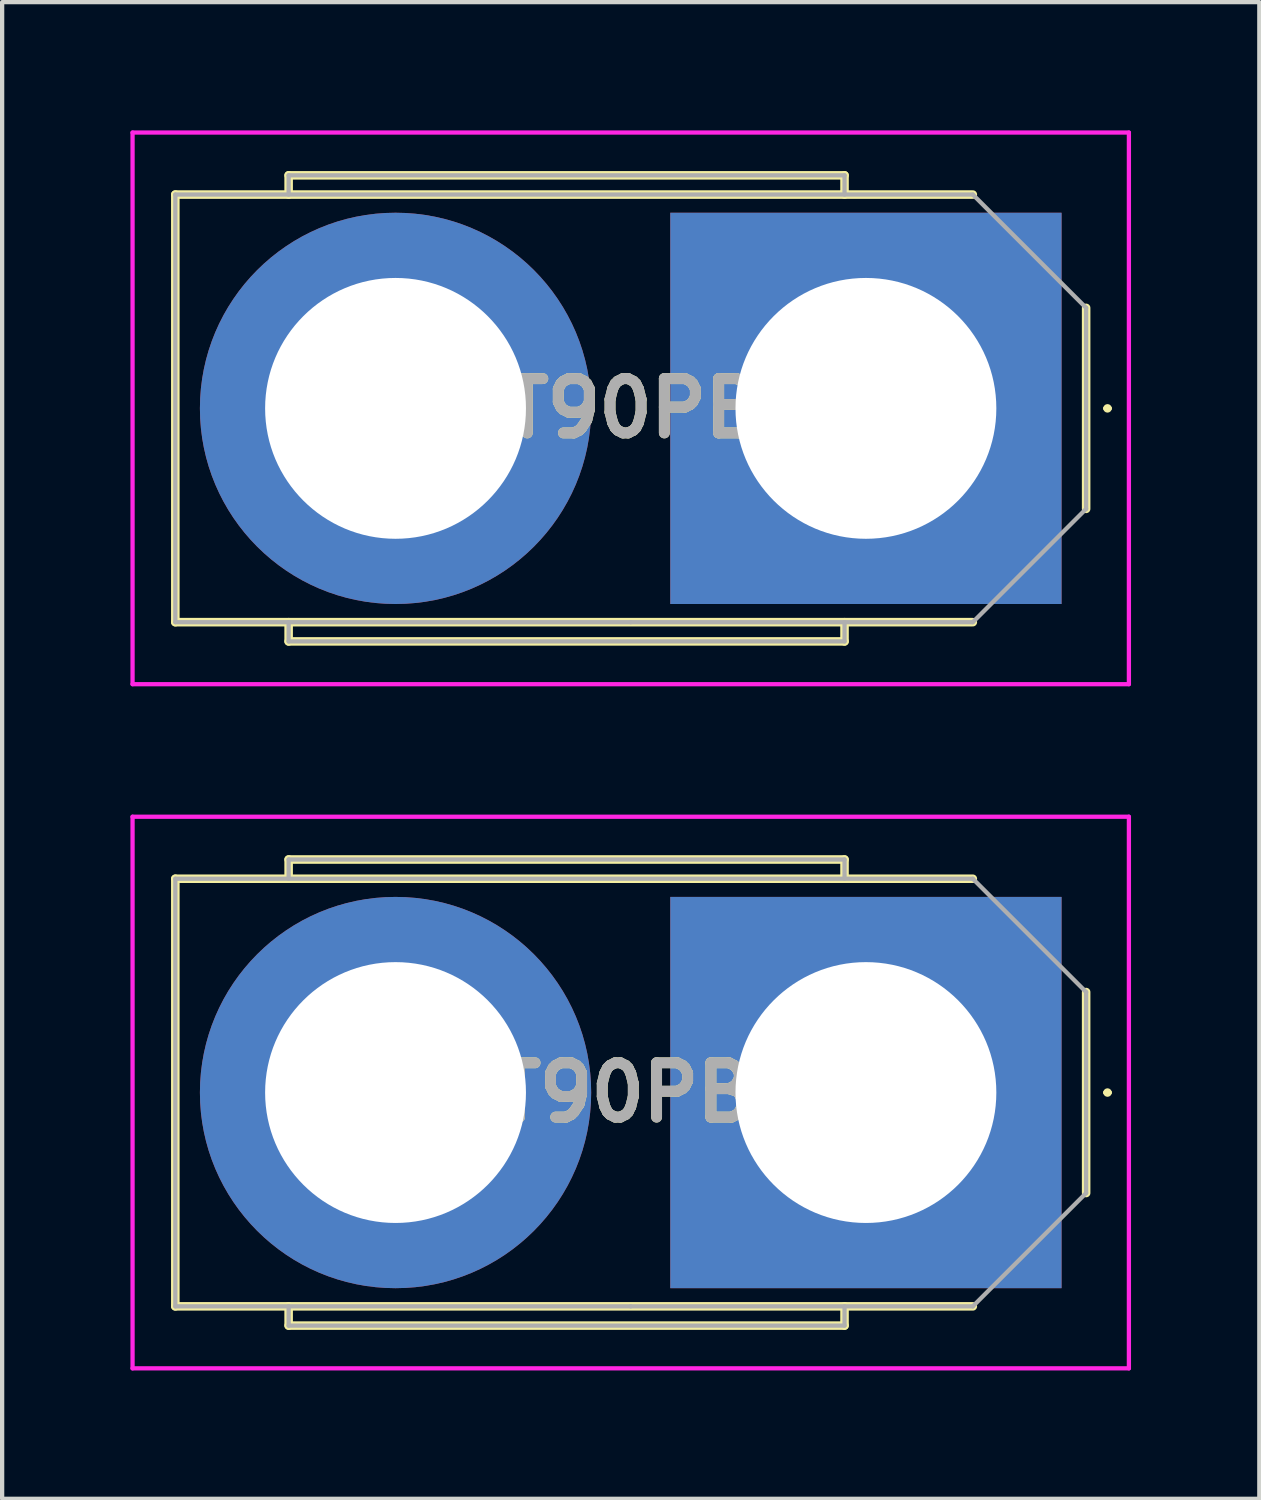
<source format=kicad_pcb>
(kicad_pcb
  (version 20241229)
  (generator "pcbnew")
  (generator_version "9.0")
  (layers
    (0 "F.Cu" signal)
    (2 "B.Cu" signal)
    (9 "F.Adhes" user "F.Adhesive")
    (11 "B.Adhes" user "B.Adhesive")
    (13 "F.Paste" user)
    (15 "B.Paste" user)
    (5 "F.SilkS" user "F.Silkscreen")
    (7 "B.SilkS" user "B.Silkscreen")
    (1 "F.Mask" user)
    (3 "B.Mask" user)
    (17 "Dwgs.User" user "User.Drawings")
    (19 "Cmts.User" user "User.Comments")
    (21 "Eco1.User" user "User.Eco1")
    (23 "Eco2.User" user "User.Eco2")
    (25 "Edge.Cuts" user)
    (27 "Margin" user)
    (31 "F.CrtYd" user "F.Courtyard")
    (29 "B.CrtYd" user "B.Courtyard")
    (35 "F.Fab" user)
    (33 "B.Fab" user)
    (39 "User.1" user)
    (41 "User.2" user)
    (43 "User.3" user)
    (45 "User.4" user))
  (footprint "XT90PBM"
    (layer "F.Cu")
    (at 17.2 22.5)
    (property "Reference" "XT90PBM" (at -5.5 0 0) (layer "F.SilkS") (effects (font (size 1.27 1.27) (thickness 0.254))))
    (attr through_hole)
    (fp_line (start -16.15 -5) (end 2.5 -5) (stroke (width 0.2) (type solid)) (layer "F.SilkS"))
    (fp_line (start -16.15 5) (end -16.15 -5) (stroke (width 0.2) (type solid)) (layer "F.SilkS"))
    (fp_line (start -13.5 -5.45) (end -13.5 -5) (stroke (width 0.2) (type solid)) (layer "F.SilkS"))
    (fp_line (start -13.5 5) (end -13.5 5.45) (stroke (width 0.2) (type solid)) (layer "F.SilkS"))
    (fp_line (start -13.5 5.45) (end -0.5 5.45) (stroke (width 0.2) (type solid)) (layer "F.SilkS"))
    (fp_line (start -0.5 -5.45) (end -13.5 -5.45) (stroke (width 0.2) (type solid)) (layer "F.SilkS"))
    (fp_line (start -0.5 -5) (end -0.5 -5.45) (stroke (width 0.2) (type solid)) (layer "F.SilkS"))
    (fp_line (start -0.5 5.45) (end -0.5 5) (stroke (width 0.2) (type solid)) (layer "F.SilkS"))
    (fp_line (start 2.5 5) (end -16.15 5) (stroke (width 0.2) (type solid)) (layer "F.SilkS"))
    (fp_line (start 5.15 -2.35) (end 5.15 2.35) (stroke (width 0.2) (type solid)) (layer "F.SilkS"))
    (fp_line (start 5.6 0) (end 5.6 0) (stroke (width 0.1) (type solid)) (layer "F.SilkS"))
    (fp_line (start 5.7 0) (end 5.7 0) (stroke (width 0.1) (type solid)) (layer "F.SilkS"))
    (fp_arc (start 5.6 0) (mid 5.65 -0.05) (end 5.7 0) (stroke (width 0.1) (type solid)) (layer "F.SilkS"))
    (fp_arc (start 5.7 0) (mid 5.65 0.05) (end 5.6 0) (stroke (width 0.1) (type solid)) (layer "F.SilkS"))
    (fp_line (start -17.15 -6.45) (end 6.15 -6.45) (stroke (width 0.1) (type solid)) (layer "F.CrtYd"))
    (fp_line (start -17.15 6.45) (end -17.15 -6.45) (stroke (width 0.1) (type solid)) (layer "F.CrtYd"))
    (fp_line (start 6.15 -6.45) (end 6.15 6.45) (stroke (width 0.1) (type solid)) (layer "F.CrtYd"))
    (fp_line (start 6.15 6.45) (end -17.15 6.45) (stroke (width 0.1) (type solid)) (layer "F.CrtYd"))
    (fp_line (start -16.15 -5) (end -16.15 5) (stroke (width 0.1) (type solid)) (layer "F.Fab"))
    (fp_line (start -16.15 5) (end -5.5 5) (stroke (width 0.1) (type solid)) (layer "F.Fab"))
    (fp_line (start -13.5 -5.45) (end -0.5 -5.45) (stroke (width 0.1) (type solid)) (layer "F.Fab"))
    (fp_line (start -13.5 -5) (end -13.5 -5.45) (stroke (width 0.1) (type solid)) (layer "F.Fab"))
    (fp_line (start -13.5 5) (end -13.5 5.45) (stroke (width 0.1) (type solid)) (layer "F.Fab"))
    (fp_line (start -13.5 5.45) (end -0.5 5.45) (stroke (width 0.1) (type solid)) (layer "F.Fab"))
    (fp_line (start -5.5 5) (end 2.5 5) (stroke (width 0.1) (type solid)) (layer "F.Fab"))
    (fp_line (start -0.5 -5.45) (end -0.5 -5) (stroke (width 0.1) (type solid)) (layer "F.Fab"))
    (fp_line (start -0.5 5.45) (end -0.5 5) (stroke (width 0.1) (type solid)) (layer "F.Fab"))
    (fp_line (start 2.5 -5) (end -16.15 -5) (stroke (width 0.1) (type solid)) (layer "F.Fab"))
    (fp_line (start 2.5 5) (end 5.15 2.35) (stroke (width 0.1) (type solid)) (layer "F.Fab"))
    (fp_line (start 5.15 -2.35) (end 2.5 -5) (stroke (width 0.1) (type solid)) (layer "F.Fab"))
    (fp_line (start 5.15 2.35) (end 5.15 -2.35) (stroke (width 0.1) (type solid)) (layer "F.Fab"))
    (fp_text user "${REFERENCE}" (at -5.5 0 0) (layer "F.Fab") (effects (font (size 1.27 1.27) (thickness 0.254))))
    (pad "1" thru_hole rect (at 0 0) (size 9.15 9.15) (drill 6.1) (layers "*.Cu" "*.Mask"))
    (pad "2" thru_hole circle (at -11 0) (size 9.15 9.15) (drill 6.1) (layers "*.Cu" "*.Mask")))
  (footprint "XT90PBF"
    (layer "F.Cu")
    (at 17.2 6.5)
    (property "Reference" "XT90PBF" (at -5.5 0 0) (layer "F.SilkS") (effects (font (size 1.27 1.27) (thickness 0.254))))
    (attr through_hole)
    (fp_line (start -16.15 -5) (end 2.5 -5) (stroke (width 0.2) (type solid)) (layer "F.SilkS"))
    (fp_line (start -16.15 5) (end -16.15 -5) (stroke (width 0.2) (type solid)) (layer "F.SilkS"))
    (fp_line (start -13.5 -5.45) (end -13.5 -5) (stroke (width 0.2) (type solid)) (layer "F.SilkS"))
    (fp_line (start -13.5 5) (end -13.5 5.45) (stroke (width 0.2) (type solid)) (layer "F.SilkS"))
    (fp_line (start -13.5 5.45) (end -0.5 5.45) (stroke (width 0.2) (type solid)) (layer "F.SilkS"))
    (fp_line (start -0.5 -5.45) (end -13.5 -5.45) (stroke (width 0.2) (type solid)) (layer "F.SilkS"))
    (fp_line (start -0.5 -5) (end -0.5 -5.45) (stroke (width 0.2) (type solid)) (layer "F.SilkS"))
    (fp_line (start -0.5 5.45) (end -0.5 5) (stroke (width 0.2) (type solid)) (layer "F.SilkS"))
    (fp_line (start 2.5 5) (end -16.15 5) (stroke (width 0.2) (type solid)) (layer "F.SilkS"))
    (fp_line (start 5.15 -2.35) (end 5.15 2.35) (stroke (width 0.2) (type solid)) (layer "F.SilkS"))
    (fp_line (start 5.6 0) (end 5.6 0) (stroke (width 0.1) (type solid)) (layer "F.SilkS"))
    (fp_line (start 5.7 0) (end 5.7 0) (stroke (width 0.1) (type solid)) (layer "F.SilkS"))
    (fp_arc (start 5.6 0) (mid 5.65 -0.05) (end 5.7 0) (stroke (width 0.1) (type solid)) (layer "F.SilkS"))
    (fp_arc (start 5.7 0) (mid 5.65 0.05) (end 5.6 0) (stroke (width 0.1) (type solid)) (layer "F.SilkS"))
    (fp_line (start -17.15 -6.45) (end 6.15 -6.45) (stroke (width 0.1) (type solid)) (layer "F.CrtYd"))
    (fp_line (start -17.15 6.45) (end -17.15 -6.45) (stroke (width 0.1) (type solid)) (layer "F.CrtYd"))
    (fp_line (start 6.15 -6.45) (end 6.15 6.45) (stroke (width 0.1) (type solid)) (layer "F.CrtYd"))
    (fp_line (start 6.15 6.45) (end -17.15 6.45) (stroke (width 0.1) (type solid)) (layer "F.CrtYd"))
    (fp_line (start -16.15 -5) (end -16.15 5) (stroke (width 0.1) (type solid)) (layer "F.Fab"))
    (fp_line (start -16.15 5) (end -5.5 5) (stroke (width 0.1) (type solid)) (layer "F.Fab"))
    (fp_line (start -13.5 -5.45) (end -0.5 -5.45) (stroke (width 0.1) (type solid)) (layer "F.Fab"))
    (fp_line (start -13.5 -5) (end -13.5 -5.45) (stroke (width 0.1) (type solid)) (layer "F.Fab"))
    (fp_line (start -13.5 5) (end -13.5 5.45) (stroke (width 0.1) (type solid)) (layer "F.Fab"))
    (fp_line (start -13.5 5.45) (end -0.5 5.45) (stroke (width 0.1) (type solid)) (layer "F.Fab"))
    (fp_line (start -5.5 5) (end 2.5 5) (stroke (width 0.1) (type solid)) (layer "F.Fab"))
    (fp_line (start -0.5 -5.45) (end -0.5 -5) (stroke (width 0.1) (type solid)) (layer "F.Fab"))
    (fp_line (start -0.5 5.45) (end -0.5 5) (stroke (width 0.1) (type solid)) (layer "F.Fab"))
    (fp_line (start 2.5 -5) (end -16.15 -5) (stroke (width 0.1) (type solid)) (layer "F.Fab"))
    (fp_line (start 2.5 5) (end 5.15 2.35) (stroke (width 0.1) (type solid)) (layer "F.Fab"))
    (fp_line (start 5.15 -2.35) (end 2.5 -5) (stroke (width 0.1) (type solid)) (layer "F.Fab"))
    (fp_line (start 5.15 2.35) (end 5.15 -2.35) (stroke (width 0.1) (type solid)) (layer "F.Fab"))
    (fp_text user "${REFERENCE}" (at -5.5 0 0) (layer "F.Fab") (effects (font (size 1.27 1.27) (thickness 0.254))))
    (pad "1" thru_hole rect (at 0 0) (size 9.15 9.15) (drill 6.1) (layers "*.Cu" "*.Mask"))
    (pad "2" thru_hole circle (at -11 0) (size 9.15 9.15) (drill 6.1) (layers "*.Cu" "*.Mask")))
  (gr_rect
    (start -3 -3)
    (end 26.4 32)
    (stroke (width 0.1) (type default))
    (fill no)
    (layer "Edge.Cuts")))
</source>
